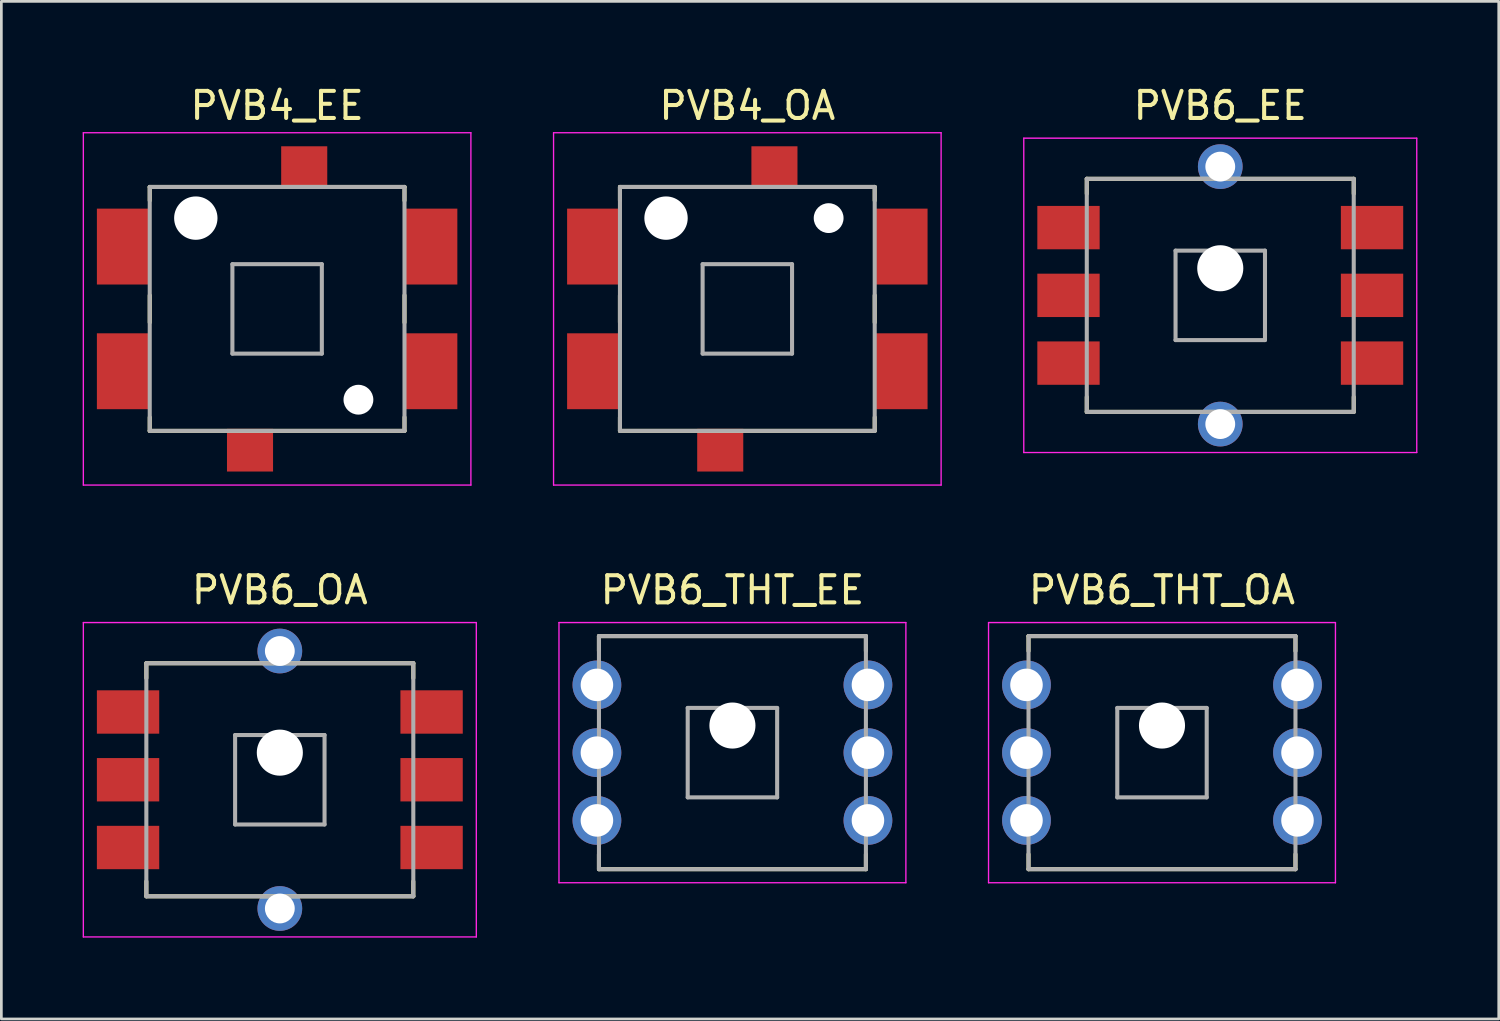
<source format=kicad_pcb>
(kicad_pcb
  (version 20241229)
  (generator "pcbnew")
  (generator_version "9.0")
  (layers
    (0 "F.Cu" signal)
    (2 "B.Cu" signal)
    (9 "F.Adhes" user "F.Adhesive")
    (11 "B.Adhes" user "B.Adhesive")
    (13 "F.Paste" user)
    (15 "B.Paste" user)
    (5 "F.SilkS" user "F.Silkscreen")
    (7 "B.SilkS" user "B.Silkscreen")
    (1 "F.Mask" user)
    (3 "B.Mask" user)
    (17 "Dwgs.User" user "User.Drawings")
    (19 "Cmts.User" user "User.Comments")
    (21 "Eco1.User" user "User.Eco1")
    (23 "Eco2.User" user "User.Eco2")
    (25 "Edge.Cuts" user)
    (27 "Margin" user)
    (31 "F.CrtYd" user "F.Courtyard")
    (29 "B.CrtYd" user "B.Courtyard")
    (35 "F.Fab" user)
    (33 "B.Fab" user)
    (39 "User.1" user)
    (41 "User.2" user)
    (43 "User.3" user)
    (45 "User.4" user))
  (footprint "PVB4_EE"
    (layer "F.Cu")
    (at 7.175 8.348)
    (property "Reference" "PVB4_EE" (at 0 -7.5 0) (layer "F.SilkS") (effects (font (size 1 1) (thickness 0.15))))
    (attr smd)
    (fp_line (start -4.7 -4.5) (end -4.7 -4) (stroke (width 0.15) (type solid)) (layer "F.SilkS"))
    (fp_line (start -4.7 -4.5) (end 4.7 -4.5) (stroke (width 0.15) (type solid)) (layer "F.SilkS"))
    (fp_line (start -4.7 -0.5) (end -4.7 0.5) (stroke (width 0.15) (type solid)) (layer "F.SilkS"))
    (fp_line (start -4.7 4) (end -4.7 4.5) (stroke (width 0.15) (type solid)) (layer "F.SilkS"))
    (fp_line (start -4.7 4.5) (end 4.7 4.5) (stroke (width 0.15) (type solid)) (layer "F.SilkS"))
    (fp_line (start 4.7 -4.5) (end 4.7 -4) (stroke (width 0.15) (type solid)) (layer "F.SilkS"))
    (fp_line (start 4.7 -0.5) (end 4.7 0.5) (stroke (width 0.15) (type solid)) (layer "F.SilkS"))
    (fp_line (start 4.7 4) (end 4.7 4.5) (stroke (width 0.15) (type solid)) (layer "F.SilkS"))
    (fp_line (start -7.15 -6.5) (end -7.15 6.5) (stroke (width 0.05) (type solid)) (layer "F.CrtYd"))
    (fp_line (start -7.15 -6.5) (end 7.15 -6.5) (stroke (width 0.05) (type solid)) (layer "F.CrtYd"))
    (fp_line (start -7.15 6.5) (end 7.15 6.5) (stroke (width 0.05) (type solid)) (layer "F.CrtYd"))
    (fp_line (start 7.15 -6.5) (end 7.15 6.5) (stroke (width 0.05) (type solid)) (layer "F.CrtYd"))
    (fp_line (start -4.7 -4.5) (end -4.7 4.5) (stroke (width 0.15) (type solid)) (layer "F.Fab"))
    (fp_line (start -4.7 -4.5) (end 4.7 -4.5) (stroke (width 0.15) (type solid)) (layer "F.Fab"))
    (fp_line (start -4.7 4.5) (end 4.7 4.5) (stroke (width 0.15) (type solid)) (layer "F.Fab"))
    (fp_line (start -1.65 -1.65) (end -1.65 1.65) (stroke (width 0.15) (type solid)) (layer "F.Fab"))
    (fp_line (start -1.65 -1.65) (end 1.65 -1.65) (stroke (width 0.15) (type solid)) (layer "F.Fab"))
    (fp_line (start -1.65 1.65) (end 1.65 1.65) (stroke (width 0.15) (type solid)) (layer "F.Fab"))
    (fp_line (start 1.65 -1.65) (end 1.65 1.65) (stroke (width 0.15) (type solid)) (layer "F.Fab"))
    (fp_line (start 4.7 -4.5) (end 4.7 4.5) (stroke (width 0.15) (type solid)) (layer "F.Fab"))
    (pad "" np_thru_hole circle (at -3 -3.35) (size 1.6 1.6) (drill 1.6) (layers "*.Cu" "*.Mask"))
    (pad "" np_thru_hole circle (at 3 3.35) (size 1.1 1.1) (drill 1.1) (layers "*.Cu" "*.Mask"))
    (pad "1" smd rect (at -5.7 -2.3) (size 1.9 2.8) (layers "F.Cu" "F.Mask" "F.Paste"))
    (pad "2" smd rect (at -5.7 2.3) (size 1.9 2.8) (layers "F.Cu" "F.Mask" "F.Paste"))
    (pad "3" smd rect (at 5.7 2.3) (size 1.9 2.8) (layers "F.Cu" "F.Mask" "F.Paste"))
    (pad "4" smd rect (at 5.7 -2.3) (size 1.9 2.8) (layers "F.Cu" "F.Mask" "F.Paste"))
    (pad "S" smd rect (at -1 5.213) (size 1.7 1.575) (layers "F.Cu" "F.Mask" "F.Paste"))
    (pad "S" smd rect (at 1 -5.213) (size 1.7 1.575) (layers "F.Cu" "F.Mask" "F.Paste")))
  (footprint "PVB6_OA"
    (layer "F.Cu")
    (at 7.275 25.721)
    (property "Reference" "PVB6_OA" (at 0 -7 0) (layer "F.SilkS") (effects (font (size 1 1) (thickness 0.15))))
    (attr smd)
    (fp_line (start -4.925 -4.3) (end -4.925 -3.75) (stroke (width 0.15) (type solid)) (layer "F.SilkS"))
    (fp_line (start -4.925 -4.3) (end 4.925 -4.3) (stroke (width 0.15) (type solid)) (layer "F.SilkS"))
    (fp_line (start -4.925 3.75) (end -4.925 4.3) (stroke (width 0.15) (type solid)) (layer "F.SilkS"))
    (fp_line (start -4.925 4.3) (end 4.925 4.3) (stroke (width 0.15) (type solid)) (layer "F.SilkS"))
    (fp_line (start 4.925 -4.3) (end 4.925 -3.75) (stroke (width 0.15) (type solid)) (layer "F.SilkS"))
    (fp_line (start 4.925 3.75) (end 4.925 4.3) (stroke (width 0.15) (type solid)) (layer "F.SilkS"))
    (fp_line (start -7.25 -5.8) (end -7.25 5.8) (stroke (width 0.05) (type solid)) (layer "F.CrtYd"))
    (fp_line (start -7.25 -5.8) (end 7.25 -5.8) (stroke (width 0.05) (type solid)) (layer "F.CrtYd"))
    (fp_line (start -7.25 5.8) (end 7.25 5.8) (stroke (width 0.05) (type solid)) (layer "F.CrtYd"))
    (fp_line (start 7.25 -5.8) (end 7.25 5.8) (stroke (width 0.05) (type solid)) (layer "F.CrtYd"))
    (fp_line (start -4.925 -4.3) (end -4.925 4.3) (stroke (width 0.15) (type solid)) (layer "F.Fab"))
    (fp_line (start -4.925 -4.3) (end 4.925 -4.3) (stroke (width 0.15) (type solid)) (layer "F.Fab"))
    (fp_line (start -4.925 4.3) (end 4.925 4.3) (stroke (width 0.15) (type solid)) (layer "F.Fab"))
    (fp_line (start -1.65 -1.65) (end -1.65 1.65) (stroke (width 0.15) (type solid)) (layer "F.Fab"))
    (fp_line (start -1.65 -1.65) (end 1.65 -1.65) (stroke (width 0.15) (type solid)) (layer "F.Fab"))
    (fp_line (start -1.65 1.65) (end 1.65 1.65) (stroke (width 0.15) (type solid)) (layer "F.Fab"))
    (fp_line (start 1.65 -1.65) (end 1.65 1.65) (stroke (width 0.15) (type solid)) (layer "F.Fab"))
    (fp_line (start 4.925 -4.3) (end 4.925 4.3) (stroke (width 0.15) (type solid)) (layer "F.Fab"))
    (pad "" np_thru_hole circle (at 0 -1) (size 1.7 1.7) (drill 1.7) (layers "*.Cu" "*.Mask"))
    (pad "1" smd rect (at -5.6 -2.5) (size 2.3 1.6) (layers "F.Cu" "F.Mask" "F.Paste"))
    (pad "2" smd rect (at -5.6 0) (size 2.3 1.6) (layers "F.Cu" "F.Mask" "F.Paste"))
    (pad "3" smd rect (at -5.6 2.5) (size 2.3 1.6) (layers "F.Cu" "F.Mask" "F.Paste"))
    (pad "4" smd rect (at 5.6 2.5) (size 2.3 1.6) (layers "F.Cu" "F.Mask" "F.Paste"))
    (pad "5" smd rect (at 5.6 0) (size 2.3 1.6) (layers "F.Cu" "F.Mask" "F.Paste"))
    (pad "6" smd rect (at 5.6 -2.5) (size 2.3 1.6) (layers "F.Cu" "F.Mask" "F.Paste"))
    (pad "S" thru_hole circle (at 0 -4.75) (size 1.65 1.65) (drill 1.1) (layers "*.Cu" "*.Mask"))
    (pad "S" thru_hole circle (at 0 4.75) (size 1.65 1.65) (drill 1.1) (layers "*.Cu" "*.Mask")))
  (footprint "PVB6_THT_OA"
    (layer "F.Cu")
    (at 39.825 24.721)
    (property "Reference" "PVB6_THT_OA" (at 0 -6 0) (layer "F.SilkS") (effects (font (size 1 1) (thickness 0.15))))
    (attr smd)
    (fp_line (start -4.925 -4.3) (end -4.925 -3.75) (stroke (width 0.15) (type solid)) (layer "F.SilkS"))
    (fp_line (start -4.925 -4.3) (end 4.925 -4.3) (stroke (width 0.15) (type solid)) (layer "F.SilkS"))
    (fp_line (start -4.925 3.75) (end -4.925 4.3) (stroke (width 0.15) (type solid)) (layer "F.SilkS"))
    (fp_line (start -4.925 4.3) (end 4.925 4.3) (stroke (width 0.15) (type solid)) (layer "F.SilkS"))
    (fp_line (start 4.925 -4.3) (end 4.925 -3.75) (stroke (width 0.15) (type solid)) (layer "F.SilkS"))
    (fp_line (start 4.925 3.75) (end 4.925 4.3) (stroke (width 0.15) (type solid)) (layer "F.SilkS"))
    (fp_line (start -6.4 -4.8) (end -6.4 4.8) (stroke (width 0.05) (type solid)) (layer "F.CrtYd"))
    (fp_line (start -6.4 -4.8) (end 6.4 -4.8) (stroke (width 0.05) (type solid)) (layer "F.CrtYd"))
    (fp_line (start -6.4 4.8) (end 6.4 4.8) (stroke (width 0.05) (type solid)) (layer "F.CrtYd"))
    (fp_line (start 6.4 -4.8) (end 6.4 4.8) (stroke (width 0.05) (type solid)) (layer "F.CrtYd"))
    (fp_line (start -4.925 -4.3) (end -4.925 4.3) (stroke (width 0.15) (type solid)) (layer "F.Fab"))
    (fp_line (start -4.925 -4.3) (end 4.925 -4.3) (stroke (width 0.15) (type solid)) (layer "F.Fab"))
    (fp_line (start -4.925 4.3) (end 4.925 4.3) (stroke (width 0.15) (type solid)) (layer "F.Fab"))
    (fp_line (start -1.65 -1.65) (end -1.65 1.65) (stroke (width 0.15) (type solid)) (layer "F.Fab"))
    (fp_line (start -1.65 -1.65) (end 1.65 -1.65) (stroke (width 0.15) (type solid)) (layer "F.Fab"))
    (fp_line (start -1.65 1.65) (end 1.65 1.65) (stroke (width 0.15) (type solid)) (layer "F.Fab"))
    (fp_line (start 1.65 -1.65) (end 1.65 1.65) (stroke (width 0.15) (type solid)) (layer "F.Fab"))
    (fp_line (start 4.925 -4.3) (end 4.925 4.3) (stroke (width 0.15) (type solid)) (layer "F.Fab"))
    (pad "" np_thru_hole circle (at 0 -1) (size 1.7 1.7) (drill 1.7) (layers "*.Cu" "*.Mask"))
    (pad "1" thru_hole circle (at -5 -2.5) (size 1.8 1.8) (drill 1.2) (layers "*.Cu" "*.Mask"))
    (pad "2" thru_hole circle (at -5 0) (size 1.8 1.8) (drill 1.2) (layers "*.Cu" "*.Mask"))
    (pad "3" thru_hole circle (at -5 2.5) (size 1.8 1.8) (drill 1.2) (layers "*.Cu" "*.Mask"))
    (pad "4" thru_hole circle (at 5 2.5) (size 1.8 1.8) (drill 1.2) (layers "*.Cu" "*.Mask"))
    (pad "5" thru_hole circle (at 5 0) (size 1.8 1.8) (drill 1.2) (layers "*.Cu" "*.Mask"))
    (pad "6" thru_hole circle (at 5 -2.5) (size 1.8 1.8) (drill 1.2) (layers "*.Cu" "*.Mask")))
  (footprint "PVB6_EE"
    (layer "F.Cu")
    (at 41.975 7.848)
    (property "Reference" "PVB6_EE" (at 0 -7 0) (layer "F.SilkS") (effects (font (size 1 1) (thickness 0.15))))
    (attr smd)
    (fp_line (start -4.925 -4.3) (end -4.925 -3.75) (stroke (width 0.15) (type solid)) (layer "F.SilkS"))
    (fp_line (start -4.925 -4.3) (end 4.925 -4.3) (stroke (width 0.15) (type solid)) (layer "F.SilkS"))
    (fp_line (start -4.925 3.75) (end -4.925 4.3) (stroke (width 0.15) (type solid)) (layer "F.SilkS"))
    (fp_line (start -4.925 4.3) (end 4.925 4.3) (stroke (width 0.15) (type solid)) (layer "F.SilkS"))
    (fp_line (start 4.925 -4.3) (end 4.925 -3.75) (stroke (width 0.15) (type solid)) (layer "F.SilkS"))
    (fp_line (start 4.925 3.75) (end 4.925 4.3) (stroke (width 0.15) (type solid)) (layer "F.SilkS"))
    (fp_line (start -7.25 -5.8) (end -7.25 5.8) (stroke (width 0.05) (type solid)) (layer "F.CrtYd"))
    (fp_line (start -7.25 -5.8) (end 7.25 -5.8) (stroke (width 0.05) (type solid)) (layer "F.CrtYd"))
    (fp_line (start -7.25 5.8) (end 7.25 5.8) (stroke (width 0.05) (type solid)) (layer "F.CrtYd"))
    (fp_line (start 7.25 -5.8) (end 7.25 5.8) (stroke (width 0.05) (type solid)) (layer "F.CrtYd"))
    (fp_line (start -4.925 -4.3) (end -4.925 4.3) (stroke (width 0.15) (type solid)) (layer "F.Fab"))
    (fp_line (start -4.925 -4.3) (end 4.925 -4.3) (stroke (width 0.15) (type solid)) (layer "F.Fab"))
    (fp_line (start -4.925 4.3) (end 4.925 4.3) (stroke (width 0.15) (type solid)) (layer "F.Fab"))
    (fp_line (start -1.65 -1.65) (end -1.65 1.65) (stroke (width 0.15) (type solid)) (layer "F.Fab"))
    (fp_line (start -1.65 -1.65) (end 1.65 -1.65) (stroke (width 0.15) (type solid)) (layer "F.Fab"))
    (fp_line (start -1.65 1.65) (end 1.65 1.65) (stroke (width 0.15) (type solid)) (layer "F.Fab"))
    (fp_line (start 1.65 -1.65) (end 1.65 1.65) (stroke (width 0.15) (type solid)) (layer "F.Fab"))
    (fp_line (start 4.925 -4.3) (end 4.925 4.3) (stroke (width 0.15) (type solid)) (layer "F.Fab"))
    (pad "" np_thru_hole circle (at 0 -1) (size 1.7 1.7) (drill 1.7) (layers "*.Cu" "*.Mask"))
    (pad "1" smd rect (at -5.6 -2.5) (size 2.3 1.6) (layers "F.Cu" "F.Mask" "F.Paste"))
    (pad "2" smd rect (at -5.6 0) (size 2.3 1.6) (layers "F.Cu" "F.Mask" "F.Paste"))
    (pad "3" smd rect (at -5.6 2.5) (size 2.3 1.6) (layers "F.Cu" "F.Mask" "F.Paste"))
    (pad "4" smd rect (at 5.6 2.5) (size 2.3 1.6) (layers "F.Cu" "F.Mask" "F.Paste"))
    (pad "5" smd rect (at 5.6 0) (size 2.3 1.6) (layers "F.Cu" "F.Mask" "F.Paste"))
    (pad "6" smd rect (at 5.6 -2.5) (size 2.3 1.6) (layers "F.Cu" "F.Mask" "F.Paste"))
    (pad "S" thru_hole circle (at 0 -4.75) (size 1.65 1.65) (drill 1.1) (layers "*.Cu" "*.Mask"))
    (pad "S" thru_hole circle (at 0 4.75) (size 1.65 1.65) (drill 1.1) (layers "*.Cu" "*.Mask")))
  (footprint "PVB4_OA"
    (layer "F.Cu")
    (at 24.525 8.348)
    (property "Reference" "PVB4_OA" (at 0 -7.5 0) (layer "F.SilkS") (effects (font (size 1 1) (thickness 0.15))))
    (attr smd)
    (fp_line (start -4.7 -4.5) (end -4.7 -4) (stroke (width 0.15) (type solid)) (layer "F.SilkS"))
    (fp_line (start -4.7 -4.5) (end 4.7 -4.5) (stroke (width 0.15) (type solid)) (layer "F.SilkS"))
    (fp_line (start -4.7 -0.5) (end -4.7 0.5) (stroke (width 0.15) (type solid)) (layer "F.SilkS"))
    (fp_line (start -4.7 4) (end -4.7 4.5) (stroke (width 0.15) (type solid)) (layer "F.SilkS"))
    (fp_line (start -4.7 4.5) (end 4.7 4.5) (stroke (width 0.15) (type solid)) (layer "F.SilkS"))
    (fp_line (start 4.7 -4.5) (end 4.7 -4) (stroke (width 0.15) (type solid)) (layer "F.SilkS"))
    (fp_line (start 4.7 -0.5) (end 4.7 0.5) (stroke (width 0.15) (type solid)) (layer "F.SilkS"))
    (fp_line (start 4.7 4) (end 4.7 4.5) (stroke (width 0.15) (type solid)) (layer "F.SilkS"))
    (fp_line (start -7.15 -6.5) (end -7.15 6.5) (stroke (width 0.05) (type solid)) (layer "F.CrtYd"))
    (fp_line (start -7.15 -6.5) (end 7.15 -6.5) (stroke (width 0.05) (type solid)) (layer "F.CrtYd"))
    (fp_line (start -7.15 6.5) (end 7.15 6.5) (stroke (width 0.05) (type solid)) (layer "F.CrtYd"))
    (fp_line (start 7.15 -6.5) (end 7.15 6.5) (stroke (width 0.05) (type solid)) (layer "F.CrtYd"))
    (fp_line (start -4.7 -4.5) (end -4.7 4.5) (stroke (width 0.15) (type solid)) (layer "F.Fab"))
    (fp_line (start -4.7 -4.5) (end 4.7 -4.5) (stroke (width 0.15) (type solid)) (layer "F.Fab"))
    (fp_line (start -4.7 4.5) (end 4.7 4.5) (stroke (width 0.15) (type solid)) (layer "F.Fab"))
    (fp_line (start -1.65 -1.65) (end -1.65 1.65) (stroke (width 0.15) (type solid)) (layer "F.Fab"))
    (fp_line (start -1.65 -1.65) (end 1.65 -1.65) (stroke (width 0.15) (type solid)) (layer "F.Fab"))
    (fp_line (start -1.65 1.65) (end 1.65 1.65) (stroke (width 0.15) (type solid)) (layer "F.Fab"))
    (fp_line (start 1.65 -1.65) (end 1.65 1.65) (stroke (width 0.15) (type solid)) (layer "F.Fab"))
    (fp_line (start 4.7 -4.5) (end 4.7 4.5) (stroke (width 0.15) (type solid)) (layer "F.Fab"))
    (pad "" np_thru_hole circle (at -3 -3.35) (size 1.6 1.6) (drill 1.6) (layers "*.Cu" "*.Mask"))
    (pad "" np_thru_hole circle (at 3 -3.35) (size 1.1 1.1) (drill 1.1) (layers "*.Cu" "*.Mask"))
    (pad "1" smd rect (at -5.7 -2.3) (size 1.9 2.8) (layers "F.Cu" "F.Mask" "F.Paste"))
    (pad "2" smd rect (at -5.7 2.3) (size 1.9 2.8) (layers "F.Cu" "F.Mask" "F.Paste"))
    (pad "3" smd rect (at 5.7 2.3) (size 1.9 2.8) (layers "F.Cu" "F.Mask" "F.Paste"))
    (pad "4" smd rect (at 5.7 -2.3) (size 1.9 2.8) (layers "F.Cu" "F.Mask" "F.Paste"))
    (pad "S" smd rect (at -1 5.213) (size 1.7 1.575) (layers "F.Cu" "F.Mask" "F.Paste"))
    (pad "S" smd rect (at 1 -5.213) (size 1.7 1.575) (layers "F.Cu" "F.Mask" "F.Paste")))
  (footprint "PVB6_THT_EE"
    (layer "F.Cu")
    (at 23.975 24.721)
    (property "Reference" "PVB6_THT_EE" (at 0 -6 0) (layer "F.SilkS") (effects (font (size 1 1) (thickness 0.15))))
    (attr smd)
    (fp_line (start -4.925 -4.3) (end -4.925 -3.75) (stroke (width 0.15) (type solid)) (layer "F.SilkS"))
    (fp_line (start -4.925 -4.3) (end 4.925 -4.3) (stroke (width 0.15) (type solid)) (layer "F.SilkS"))
    (fp_line (start -4.925 3.75) (end -4.925 4.3) (stroke (width 0.15) (type solid)) (layer "F.SilkS"))
    (fp_line (start -4.925 4.3) (end 4.925 4.3) (stroke (width 0.15) (type solid)) (layer "F.SilkS"))
    (fp_line (start 4.925 -4.3) (end 4.925 -3.75) (stroke (width 0.15) (type solid)) (layer "F.SilkS"))
    (fp_line (start 4.925 3.75) (end 4.925 4.3) (stroke (width 0.15) (type solid)) (layer "F.SilkS"))
    (fp_line (start -6.4 -4.8) (end -6.4 4.8) (stroke (width 0.05) (type solid)) (layer "F.CrtYd"))
    (fp_line (start -6.4 -4.8) (end 6.4 -4.8) (stroke (width 0.05) (type solid)) (layer "F.CrtYd"))
    (fp_line (start -6.4 4.8) (end 6.4 4.8) (stroke (width 0.05) (type solid)) (layer "F.CrtYd"))
    (fp_line (start 6.4 -4.8) (end 6.4 4.8) (stroke (width 0.05) (type solid)) (layer "F.CrtYd"))
    (fp_line (start -4.925 -4.3) (end -4.925 4.3) (stroke (width 0.15) (type solid)) (layer "F.Fab"))
    (fp_line (start -4.925 -4.3) (end 4.925 -4.3) (stroke (width 0.15) (type solid)) (layer "F.Fab"))
    (fp_line (start -4.925 4.3) (end 4.925 4.3) (stroke (width 0.15) (type solid)) (layer "F.Fab"))
    (fp_line (start -1.65 -1.65) (end -1.65 1.65) (stroke (width 0.15) (type solid)) (layer "F.Fab"))
    (fp_line (start -1.65 -1.65) (end 1.65 -1.65) (stroke (width 0.15) (type solid)) (layer "F.Fab"))
    (fp_line (start -1.65 1.65) (end 1.65 1.65) (stroke (width 0.15) (type solid)) (layer "F.Fab"))
    (fp_line (start 1.65 -1.65) (end 1.65 1.65) (stroke (width 0.15) (type solid)) (layer "F.Fab"))
    (fp_line (start 4.925 -4.3) (end 4.925 4.3) (stroke (width 0.15) (type solid)) (layer "F.Fab"))
    (pad "" np_thru_hole circle (at 0 -1) (size 1.7 1.7) (drill 1.7) (layers "*.Cu" "*.Mask"))
    (pad "1" thru_hole circle (at -5 -2.5) (size 1.8 1.8) (drill 1.2) (layers "*.Cu" "*.Mask"))
    (pad "2" thru_hole circle (at -5 0) (size 1.8 1.8) (drill 1.2) (layers "*.Cu" "*.Mask"))
    (pad "3" thru_hole circle (at -5 2.5) (size 1.8 1.8) (drill 1.2) (layers "*.Cu" "*.Mask"))
    (pad "4" thru_hole circle (at 5 2.5) (size 1.8 1.8) (drill 1.2) (layers "*.Cu" "*.Mask"))
    (pad "5" thru_hole circle (at 5 0) (size 1.8 1.8) (drill 1.2) (layers "*.Cu" "*.Mask"))
    (pad "6" thru_hole circle (at 5 -2.5) (size 1.8 1.8) (drill 1.2) (layers "*.Cu" "*.Mask")))
  (gr_rect
    (start -3 -3)
    (end 52.25 34.547)
    (stroke (width 0.1) (type default))
    (fill no)
    (layer "Edge.Cuts")))
</source>
